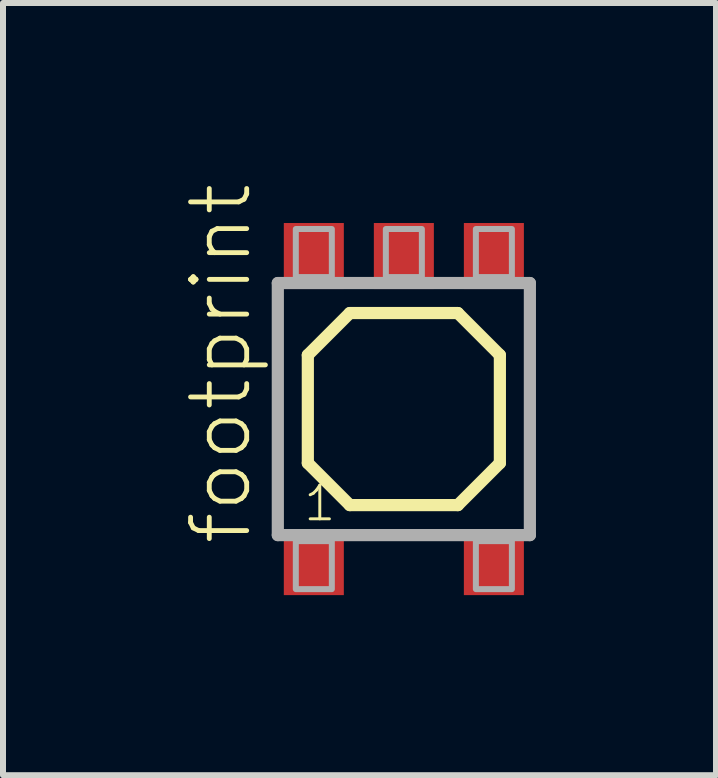
<source format=kicad_pcb>
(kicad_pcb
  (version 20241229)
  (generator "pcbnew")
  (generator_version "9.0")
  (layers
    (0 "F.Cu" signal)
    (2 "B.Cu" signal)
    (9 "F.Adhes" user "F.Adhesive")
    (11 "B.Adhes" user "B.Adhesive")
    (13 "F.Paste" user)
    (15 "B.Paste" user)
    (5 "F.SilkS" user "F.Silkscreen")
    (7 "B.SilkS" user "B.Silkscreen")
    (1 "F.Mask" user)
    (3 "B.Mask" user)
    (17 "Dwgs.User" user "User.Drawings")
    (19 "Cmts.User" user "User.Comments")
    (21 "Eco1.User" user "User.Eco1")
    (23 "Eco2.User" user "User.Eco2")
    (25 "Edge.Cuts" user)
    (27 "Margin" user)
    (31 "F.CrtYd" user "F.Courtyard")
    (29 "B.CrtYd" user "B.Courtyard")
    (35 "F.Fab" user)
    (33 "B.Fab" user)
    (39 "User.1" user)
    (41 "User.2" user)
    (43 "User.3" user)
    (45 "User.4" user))
  (footprint "footprint"
    (layer "F.Cu")
    (at 3.679 3.766)
    (property "Reference" "footprint" (at -2.5 2.3 90) (layer "F.SilkS") (effects (font (size 0.935 0.935) (thickness 0.081)) (justify left bottom)))
    (fp_line (start -1.6 -0.9) (end -1.6 0.9) (stroke (width 0.203) (type solid)) (layer "F.SilkS"))
    (fp_line (start -1.6 -0.9) (end -0.9 -1.6) (stroke (width 0.203) (type solid)) (layer "F.SilkS"))
    (fp_line (start -0.9 -1.6) (end 0.9 -1.6) (stroke (width 0.203) (type solid)) (layer "F.SilkS"))
    (fp_line (start -0.9 1.6) (end -1.6 0.9) (stroke (width 0.203) (type solid)) (layer "F.SilkS"))
    (fp_line (start -0.9 1.6) (end 0.9 1.6) (stroke (width 0.203) (type solid)) (layer "F.SilkS"))
    (fp_line (start 0.9 1.6) (end 1.6 0.9) (stroke (width 0.203) (type solid)) (layer "F.SilkS"))
    (fp_line (start 1.6 -0.9) (end 0.9 -1.6) (stroke (width 0.203) (type solid)) (layer "F.SilkS"))
    (fp_line (start 1.6 0.9) (end 1.6 -0.9) (stroke (width 0.203) (type solid)) (layer "F.SilkS"))
    (fp_line (start -2.1 -2.1) (end 2.1 -2.1) (stroke (width 0.203) (type solid)) (layer "F.Fab"))
    (fp_line (start -2.1 2.1) (end -2.1 -2.1) (stroke (width 0.203) (type solid)) (layer "F.Fab"))
    (fp_line (start 2.1 -2.1) (end 2.1 2.1) (stroke (width 0.203) (type solid)) (layer "F.Fab"))
    (fp_line (start 2.1 2.1) (end -2.1 2.1) (stroke (width 0.203) (type solid)) (layer "F.Fab"))
    (fp_poly (pts (xy -1.8 -2.2) (xy -1.2 -2.2) (xy -1.2 -3) (xy -1.8 -3)) (stroke (width 0.1) (type solid)) (fill no) (layer "F.Fab"))
    (fp_poly (pts (xy -1.8 3) (xy -1.2 3) (xy -1.2 2.2) (xy -1.8 2.2)) (stroke (width 0.1) (type solid)) (fill no) (layer "F.Fab"))
    (fp_poly (pts (xy -0.3 -2.2) (xy 0.3 -2.2) (xy 0.3 -3) (xy -0.3 -3)) (stroke (width 0.1) (type solid)) (fill no) (layer "F.Fab"))
    (fp_poly (pts (xy 1.2 -2.2) (xy 1.8 -2.2) (xy 1.8 -3) (xy 1.2 -3)) (stroke (width 0.1) (type solid)) (fill no) (layer "F.Fab"))
    (fp_poly (pts (xy 1.2 3) (xy 1.8 3) (xy 1.8 2.2) (xy 1.2 2.2)) (stroke (width 0.1) (type solid)) (fill no) (layer "F.Fab"))
    (fp_text user "1" (at -1.7 1.9 0) (layer "F.SilkS") (effects (font (size 0.561 0.561) (thickness 0.049)) (justify left bottom)))
    (pad "1" smd rect (at -1.5 2.55) (size 1 1.1) (layers "F.Cu" "F.Mask" "F.Paste"))
    (pad "2" smd rect (at -1.5 -2.55) (size 1 1.1) (layers "F.Cu" "F.Mask" "F.Paste"))
    (pad "3" smd rect (at 0 -2.55) (size 1 1.1) (layers "F.Cu" "F.Mask" "F.Paste"))
    (pad "4" smd rect (at 1.5 -2.55) (size 1 1.1) (layers "F.Cu" "F.Mask" "F.Paste"))
    (pad "5" smd rect (at 1.5 2.55) (size 1 1.1) (layers "F.Cu" "F.Mask" "F.Paste")))
  (gr_rect
    (start -3 -3)
    (end 8.88 9.866)
    (stroke (width 0.1) (type default))
    (fill no)
    (layer "Edge.Cuts")))
</source>
